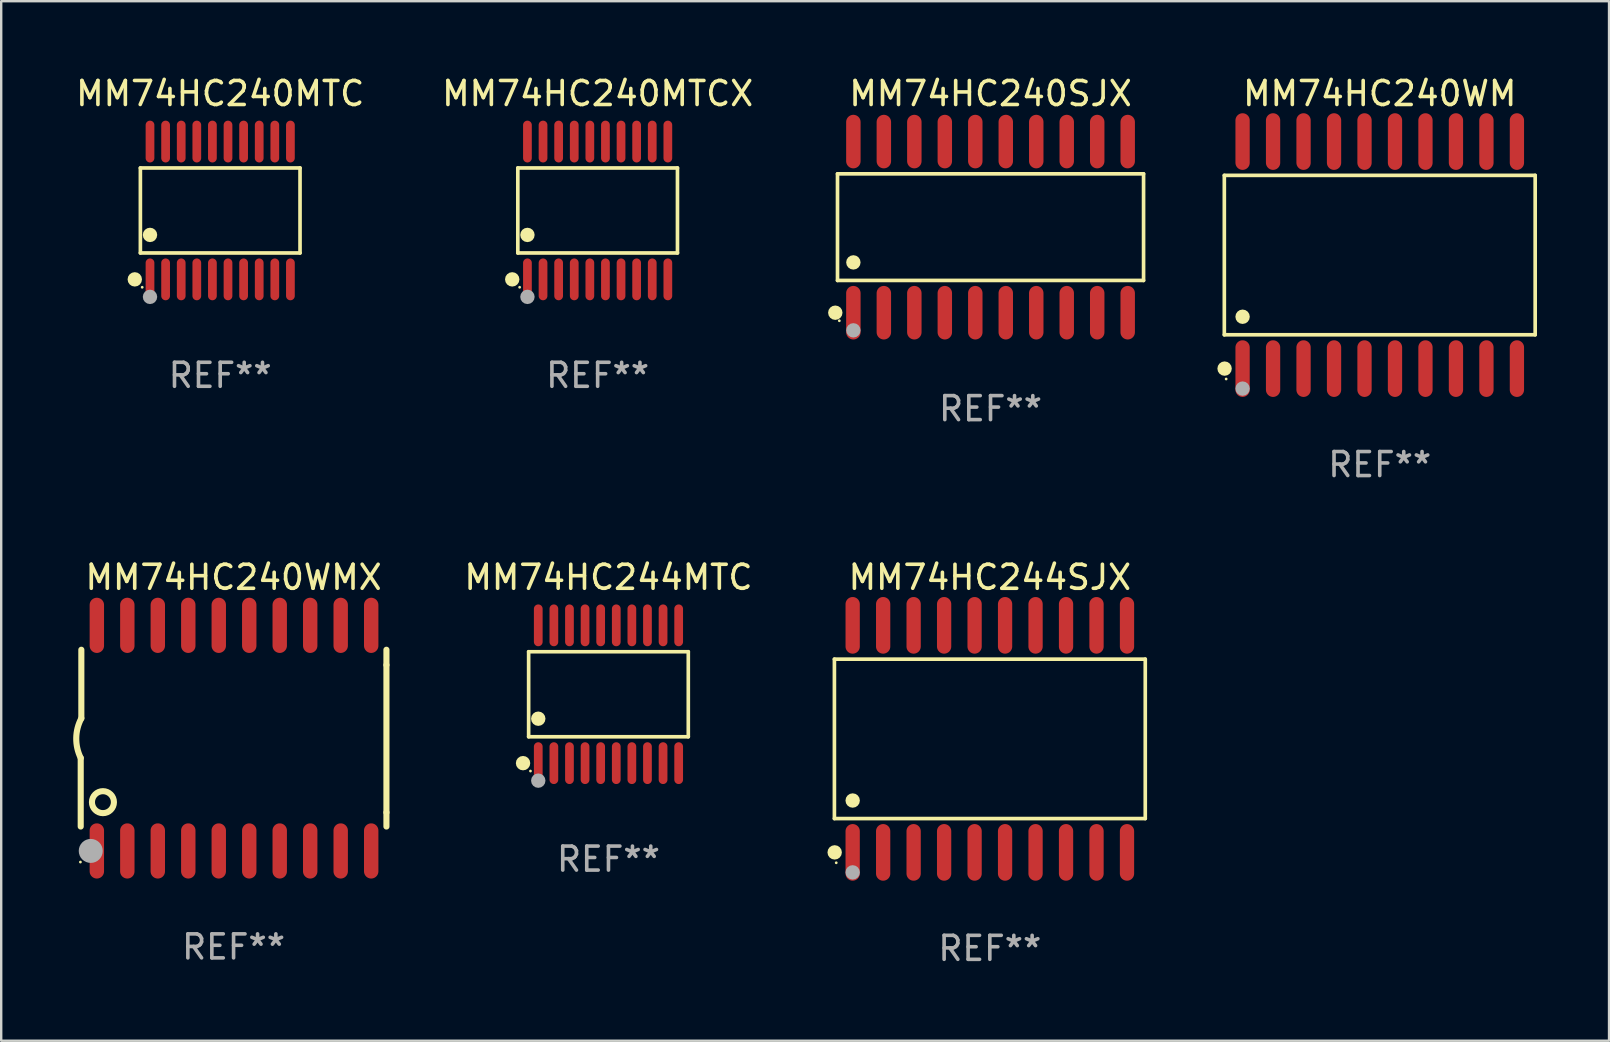
<source format=kicad_pcb>
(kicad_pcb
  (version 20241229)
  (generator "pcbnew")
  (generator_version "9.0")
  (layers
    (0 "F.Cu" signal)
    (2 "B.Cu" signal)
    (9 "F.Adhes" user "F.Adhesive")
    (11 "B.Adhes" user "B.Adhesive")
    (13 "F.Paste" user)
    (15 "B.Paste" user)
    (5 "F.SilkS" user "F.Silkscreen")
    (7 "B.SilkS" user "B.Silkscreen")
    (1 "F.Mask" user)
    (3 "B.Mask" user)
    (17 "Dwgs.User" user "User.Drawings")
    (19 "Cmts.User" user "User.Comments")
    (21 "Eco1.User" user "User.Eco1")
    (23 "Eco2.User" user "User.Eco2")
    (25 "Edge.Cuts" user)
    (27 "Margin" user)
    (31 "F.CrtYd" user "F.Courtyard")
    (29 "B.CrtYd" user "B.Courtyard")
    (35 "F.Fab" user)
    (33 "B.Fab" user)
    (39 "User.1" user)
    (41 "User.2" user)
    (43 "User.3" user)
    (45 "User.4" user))
  (footprint "MM74HC240SJX"
    (layer "F.Cu")
    (at 38.221 6.414)
    (property "Reference" "MM74HC240SJX" (at 0 -5.565 0) (layer "F.SilkS") (effects (font (size 1 1) (thickness 0.15))))
    (attr through_hole)
    (fp_line (start -6.376 -2.221) (end 6.376 -2.221) (stroke (width 0.152) (type solid)) (layer "F.SilkS"))
    (fp_line (start -6.376 2.221) (end -6.376 -2.221) (stroke (width 0.152) (type solid)) (layer "F.SilkS"))
    (fp_line (start 6.376 -2.221) (end 6.376 2.221) (stroke (width 0.152) (type solid)) (layer "F.SilkS"))
    (fp_line (start 6.376 2.221) (end -6.376 2.221) (stroke (width 0.152) (type solid)) (layer "F.SilkS"))
    (fp_circle (center -6.468 3.565) (end -6.318 3.565) (stroke (width 0.3) (type solid)) (fill no) (layer "F.SilkS"))
    (fp_circle (center -6.3 3.9) (end -6.27 3.9) (stroke (width 0.06) (type solid)) (fill no) (layer "F.SilkS"))
    (fp_circle (center -5.715 1.469) (end -5.565 1.469) (stroke (width 0.3) (type solid)) (fill no) (layer "F.SilkS"))
    (fp_circle (center -5.715 4.3) (end -5.565 4.3) (stroke (width 0.3) (type solid)) (fill no) (layer "F.Fab"))
    (fp_text user "REF**" (at 0 7.565 0) (layer "F.Fab") (effects (font (size 1 1) (thickness 0.15))))
    (pad "1" smd oval (at -5.715 3.565) (size 0.602 2.231) (layers "F.Cu" "F.Mask" "F.Paste"))
    (pad "2" smd oval (at -4.445 3.565) (size 0.602 2.231) (layers "F.Cu" "F.Mask" "F.Paste"))
    (pad "3" smd oval (at -3.175 3.565) (size 0.602 2.231) (layers "F.Cu" "F.Mask" "F.Paste"))
    (pad "4" smd oval (at -1.905 3.565) (size 0.602 2.231) (layers "F.Cu" "F.Mask" "F.Paste"))
    (pad "5" smd oval (at -0.635 3.565) (size 0.602 2.231) (layers "F.Cu" "F.Mask" "F.Paste"))
    (pad "6" smd oval (at 0.635 3.565) (size 0.602 2.231) (layers "F.Cu" "F.Mask" "F.Paste"))
    (pad "7" smd oval (at 1.905 3.565) (size 0.602 2.231) (layers "F.Cu" "F.Mask" "F.Paste"))
    (pad "8" smd oval (at 3.175 3.565) (size 0.602 2.231) (layers "F.Cu" "F.Mask" "F.Paste"))
    (pad "9" smd oval (at 4.445 3.565) (size 0.602 2.231) (layers "F.Cu" "F.Mask" "F.Paste"))
    (pad "10" smd oval (at 5.715 3.565) (size 0.602 2.231) (layers "F.Cu" "F.Mask" "F.Paste"))
    (pad "11" smd oval (at 5.715 -3.565) (size 0.602 2.231) (layers "F.Cu" "F.Mask" "F.Paste"))
    (pad "12" smd oval (at 4.445 -3.565) (size 0.602 2.231) (layers "F.Cu" "F.Mask" "F.Paste"))
    (pad "13" smd oval (at 3.175 -3.565) (size 0.602 2.231) (layers "F.Cu" "F.Mask" "F.Paste"))
    (pad "14" smd oval (at 1.905 -3.565) (size 0.602 2.231) (layers "F.Cu" "F.Mask" "F.Paste"))
    (pad "15" smd oval (at 0.635 -3.565) (size 0.602 2.231) (layers "F.Cu" "F.Mask" "F.Paste"))
    (pad "16" smd oval (at -0.635 -3.565) (size 0.602 2.231) (layers "F.Cu" "F.Mask" "F.Paste"))
    (pad "17" smd oval (at -1.905 -3.565) (size 0.602 2.231) (layers "F.Cu" "F.Mask" "F.Paste"))
    (pad "18" smd oval (at -3.175 -3.565) (size 0.602 2.231) (layers "F.Cu" "F.Mask" "F.Paste"))
    (pad "19" smd oval (at -4.445 -3.565) (size 0.602 2.231) (layers "F.Cu" "F.Mask" "F.Paste"))
    (pad "20" smd oval (at -5.715 -3.565) (size 0.602 2.231) (layers "F.Cu" "F.Mask" "F.Paste")))
  (footprint "MM74HC240MTCX"
    (layer "F.Cu")
    (at 21.851 5.719)
    (property "Reference" "MM74HC240MTCX" (at 0 -4.871 0) (layer "F.SilkS") (effects (font (size 1 1) (thickness 0.15))))
    (attr through_hole)
    (fp_line (start -3.326 -1.771) (end 3.326 -1.771) (stroke (width 0.152) (type solid)) (layer "F.SilkS"))
    (fp_line (start -3.326 1.771) (end -3.326 -1.771) (stroke (width 0.152) (type solid)) (layer "F.SilkS"))
    (fp_line (start 3.326 -1.771) (end 3.326 1.771) (stroke (width 0.152) (type solid)) (layer "F.SilkS"))
    (fp_line (start 3.326 1.771) (end -3.326 1.771) (stroke (width 0.152) (type solid)) (layer "F.SilkS"))
    (fp_circle (center -3.559 2.871) (end -3.409 2.871) (stroke (width 0.3) (type solid)) (fill no) (layer "F.SilkS"))
    (fp_circle (center -3.25 3.2) (end -3.22 3.2) (stroke (width 0.06) (type solid)) (fill no) (layer "F.SilkS"))
    (fp_circle (center -2.925 1.019) (end -2.775 1.019) (stroke (width 0.3) (type solid)) (fill no) (layer "F.SilkS"))
    (fp_circle (center -2.925 3.6) (end -2.775 3.6) (stroke (width 0.3) (type solid)) (fill no) (layer "F.Fab"))
    (fp_text user "REF**" (at 0 6.871 0) (layer "F.Fab") (effects (font (size 1 1) (thickness 0.15))))
    (pad "1" smd oval (at -2.925 2.871) (size 0.364 1.742) (layers "F.Cu" "F.Mask" "F.Paste"))
    (pad "2" smd oval (at -2.275 2.871) (size 0.364 1.742) (layers "F.Cu" "F.Mask" "F.Paste"))
    (pad "3" smd oval (at -1.625 2.871) (size 0.364 1.742) (layers "F.Cu" "F.Mask" "F.Paste"))
    (pad "4" smd oval (at -0.975 2.871) (size 0.364 1.742) (layers "F.Cu" "F.Mask" "F.Paste"))
    (pad "5" smd oval (at -0.325 2.871) (size 0.364 1.742) (layers "F.Cu" "F.Mask" "F.Paste"))
    (pad "6" smd oval (at 0.325 2.871) (size 0.364 1.742) (layers "F.Cu" "F.Mask" "F.Paste"))
    (pad "7" smd oval (at 0.975 2.871) (size 0.364 1.742) (layers "F.Cu" "F.Mask" "F.Paste"))
    (pad "8" smd oval (at 1.625 2.871) (size 0.364 1.742) (layers "F.Cu" "F.Mask" "F.Paste"))
    (pad "9" smd oval (at 2.275 2.871) (size 0.364 1.742) (layers "F.Cu" "F.Mask" "F.Paste"))
    (pad "10" smd oval (at 2.925 2.871) (size 0.364 1.742) (layers "F.Cu" "F.Mask" "F.Paste"))
    (pad "11" smd oval (at 2.925 -2.871) (size 0.364 1.742) (layers "F.Cu" "F.Mask" "F.Paste"))
    (pad "12" smd oval (at 2.275 -2.871) (size 0.364 1.742) (layers "F.Cu" "F.Mask" "F.Paste"))
    (pad "13" smd oval (at 1.625 -2.871) (size 0.364 1.742) (layers "F.Cu" "F.Mask" "F.Paste"))
    (pad "14" smd oval (at 0.975 -2.871) (size 0.364 1.742) (layers "F.Cu" "F.Mask" "F.Paste"))
    (pad "15" smd oval (at 0.325 -2.871) (size 0.364 1.742) (layers "F.Cu" "F.Mask" "F.Paste"))
    (pad "16" smd oval (at -0.325 -2.871) (size 0.364 1.742) (layers "F.Cu" "F.Mask" "F.Paste"))
    (pad "17" smd oval (at -0.975 -2.871) (size 0.364 1.742) (layers "F.Cu" "F.Mask" "F.Paste"))
    (pad "18" smd oval (at -1.625 -2.871) (size 0.364 1.742) (layers "F.Cu" "F.Mask" "F.Paste"))
    (pad "19" smd oval (at -2.275 -2.871) (size 0.364 1.742) (layers "F.Cu" "F.Mask" "F.Paste"))
    (pad "20" smd oval (at -2.925 -2.871) (size 0.364 1.742) (layers "F.Cu" "F.Mask" "F.Paste")))
  (footprint "MM74HC244MTC"
    (layer "F.Cu")
    (at 22.302 25.876)
    (property "Reference" "MM74HC244MTC" (at 0 -4.871 0) (layer "F.SilkS") (effects (font (size 1 1) (thickness 0.15))))
    (attr through_hole)
    (fp_line (start -3.326 -1.771) (end 3.326 -1.771) (stroke (width 0.152) (type solid)) (layer "F.SilkS"))
    (fp_line (start -3.326 1.771) (end -3.326 -1.771) (stroke (width 0.152) (type solid)) (layer "F.SilkS"))
    (fp_line (start 3.326 -1.771) (end 3.326 1.771) (stroke (width 0.152) (type solid)) (layer "F.SilkS"))
    (fp_line (start 3.326 1.771) (end -3.326 1.771) (stroke (width 0.152) (type solid)) (layer "F.SilkS"))
    (fp_circle (center -3.559 2.871) (end -3.409 2.871) (stroke (width 0.3) (type solid)) (fill no) (layer "F.SilkS"))
    (fp_circle (center -3.25 3.2) (end -3.22 3.2) (stroke (width 0.06) (type solid)) (fill no) (layer "F.SilkS"))
    (fp_circle (center -2.925 1.019) (end -2.775 1.019) (stroke (width 0.3) (type solid)) (fill no) (layer "F.SilkS"))
    (fp_circle (center -2.925 3.6) (end -2.775 3.6) (stroke (width 0.3) (type solid)) (fill no) (layer "F.Fab"))
    (fp_text user "REF**" (at 0 6.871 0) (layer "F.Fab") (effects (font (size 1 1) (thickness 0.15))))
    (pad "1" smd oval (at -2.925 2.871) (size 0.364 1.742) (layers "F.Cu" "F.Mask" "F.Paste"))
    (pad "2" smd oval (at -2.275 2.871) (size 0.364 1.742) (layers "F.Cu" "F.Mask" "F.Paste"))
    (pad "3" smd oval (at -1.625 2.871) (size 0.364 1.742) (layers "F.Cu" "F.Mask" "F.Paste"))
    (pad "4" smd oval (at -0.975 2.871) (size 0.364 1.742) (layers "F.Cu" "F.Mask" "F.Paste"))
    (pad "5" smd oval (at -0.325 2.871) (size 0.364 1.742) (layers "F.Cu" "F.Mask" "F.Paste"))
    (pad "6" smd oval (at 0.325 2.871) (size 0.364 1.742) (layers "F.Cu" "F.Mask" "F.Paste"))
    (pad "7" smd oval (at 0.975 2.871) (size 0.364 1.742) (layers "F.Cu" "F.Mask" "F.Paste"))
    (pad "8" smd oval (at 1.625 2.871) (size 0.364 1.742) (layers "F.Cu" "F.Mask" "F.Paste"))
    (pad "9" smd oval (at 2.275 2.871) (size 0.364 1.742) (layers "F.Cu" "F.Mask" "F.Paste"))
    (pad "10" smd oval (at 2.925 2.871) (size 0.364 1.742) (layers "F.Cu" "F.Mask" "F.Paste"))
    (pad "11" smd oval (at 2.925 -2.871) (size 0.364 1.742) (layers "F.Cu" "F.Mask" "F.Paste"))
    (pad "12" smd oval (at 2.275 -2.871) (size 0.364 1.742) (layers "F.Cu" "F.Mask" "F.Paste"))
    (pad "13" smd oval (at 1.625 -2.871) (size 0.364 1.742) (layers "F.Cu" "F.Mask" "F.Paste"))
    (pad "14" smd oval (at 0.975 -2.871) (size 0.364 1.742) (layers "F.Cu" "F.Mask" "F.Paste"))
    (pad "15" smd oval (at 0.325 -2.871) (size 0.364 1.742) (layers "F.Cu" "F.Mask" "F.Paste"))
    (pad "16" smd oval (at -0.325 -2.871) (size 0.364 1.742) (layers "F.Cu" "F.Mask" "F.Paste"))
    (pad "17" smd oval (at -0.975 -2.871) (size 0.364 1.742) (layers "F.Cu" "F.Mask" "F.Paste"))
    (pad "18" smd oval (at -1.625 -2.871) (size 0.364 1.742) (layers "F.Cu" "F.Mask" "F.Paste"))
    (pad "19" smd oval (at -2.275 -2.871) (size 0.364 1.742) (layers "F.Cu" "F.Mask" "F.Paste"))
    (pad "20" smd oval (at -2.925 -2.871) (size 0.364 1.742) (layers "F.Cu" "F.Mask" "F.Paste")))
  (footprint "MM74HC240MTC"
    (layer "F.Cu")
    (at 6.125 5.719)
    (property "Reference" "MM74HC240MTC" (at 0 -4.871 0) (layer "F.SilkS") (effects (font (size 1 1) (thickness 0.15))))
    (attr through_hole)
    (fp_line (start -3.326 -1.771) (end 3.326 -1.771) (stroke (width 0.152) (type solid)) (layer "F.SilkS"))
    (fp_line (start -3.326 1.771) (end -3.326 -1.771) (stroke (width 0.152) (type solid)) (layer "F.SilkS"))
    (fp_line (start 3.326 -1.771) (end 3.326 1.771) (stroke (width 0.152) (type solid)) (layer "F.SilkS"))
    (fp_line (start 3.326 1.771) (end -3.326 1.771) (stroke (width 0.152) (type solid)) (layer "F.SilkS"))
    (fp_circle (center -3.559 2.871) (end -3.409 2.871) (stroke (width 0.3) (type solid)) (fill no) (layer "F.SilkS"))
    (fp_circle (center -3.25 3.2) (end -3.22 3.2) (stroke (width 0.06) (type solid)) (fill no) (layer "F.SilkS"))
    (fp_circle (center -2.925 1.019) (end -2.775 1.019) (stroke (width 0.3) (type solid)) (fill no) (layer "F.SilkS"))
    (fp_circle (center -2.925 3.6) (end -2.775 3.6) (stroke (width 0.3) (type solid)) (fill no) (layer "F.Fab"))
    (fp_text user "REF**" (at 0 6.871 0) (layer "F.Fab") (effects (font (size 1 1) (thickness 0.15))))
    (pad "1" smd oval (at -2.925 2.871) (size 0.364 1.742) (layers "F.Cu" "F.Mask" "F.Paste"))
    (pad "2" smd oval (at -2.275 2.871) (size 0.364 1.742) (layers "F.Cu" "F.Mask" "F.Paste"))
    (pad "3" smd oval (at -1.625 2.871) (size 0.364 1.742) (layers "F.Cu" "F.Mask" "F.Paste"))
    (pad "4" smd oval (at -0.975 2.871) (size 0.364 1.742) (layers "F.Cu" "F.Mask" "F.Paste"))
    (pad "5" smd oval (at -0.325 2.871) (size 0.364 1.742) (layers "F.Cu" "F.Mask" "F.Paste"))
    (pad "6" smd oval (at 0.325 2.871) (size 0.364 1.742) (layers "F.Cu" "F.Mask" "F.Paste"))
    (pad "7" smd oval (at 0.975 2.871) (size 0.364 1.742) (layers "F.Cu" "F.Mask" "F.Paste"))
    (pad "8" smd oval (at 1.625 2.871) (size 0.364 1.742) (layers "F.Cu" "F.Mask" "F.Paste"))
    (pad "9" smd oval (at 2.275 2.871) (size 0.364 1.742) (layers "F.Cu" "F.Mask" "F.Paste"))
    (pad "10" smd oval (at 2.925 2.871) (size 0.364 1.742) (layers "F.Cu" "F.Mask" "F.Paste"))
    (pad "11" smd oval (at 2.925 -2.871) (size 0.364 1.742) (layers "F.Cu" "F.Mask" "F.Paste"))
    (pad "12" smd oval (at 2.275 -2.871) (size 0.364 1.742) (layers "F.Cu" "F.Mask" "F.Paste"))
    (pad "13" smd oval (at 1.625 -2.871) (size 0.364 1.742) (layers "F.Cu" "F.Mask" "F.Paste"))
    (pad "14" smd oval (at 0.975 -2.871) (size 0.364 1.742) (layers "F.Cu" "F.Mask" "F.Paste"))
    (pad "15" smd oval (at 0.325 -2.871) (size 0.364 1.742) (layers "F.Cu" "F.Mask" "F.Paste"))
    (pad "16" smd oval (at -0.325 -2.871) (size 0.364 1.742) (layers "F.Cu" "F.Mask" "F.Paste"))
    (pad "17" smd oval (at -0.975 -2.871) (size 0.364 1.742) (layers "F.Cu" "F.Mask" "F.Paste"))
    (pad "18" smd oval (at -1.625 -2.871) (size 0.364 1.742) (layers "F.Cu" "F.Mask" "F.Paste"))
    (pad "19" smd oval (at -2.275 -2.871) (size 0.364 1.742) (layers "F.Cu" "F.Mask" "F.Paste"))
    (pad "20" smd oval (at -2.925 -2.871) (size 0.364 1.742) (layers "F.Cu" "F.Mask" "F.Paste")))
  (footprint "MM74HC240WM"
    (layer "F.Cu")
    (at 54.438 7.578)
    (property "Reference" "MM74HC240WM" (at 0 -6.73 0) (layer "F.SilkS") (effects (font (size 1 1) (thickness 0.15))))
    (attr through_hole)
    (fp_line (start -6.476 -3.321) (end 6.476 -3.321) (stroke (width 0.152) (type solid)) (layer "F.SilkS"))
    (fp_line (start -6.476 3.321) (end -6.476 -3.321) (stroke (width 0.152) (type solid)) (layer "F.SilkS"))
    (fp_line (start 6.476 -3.321) (end 6.476 3.321) (stroke (width 0.152) (type solid)) (layer "F.SilkS"))
    (fp_line (start 6.476 3.321) (end -6.476 3.321) (stroke (width 0.152) (type solid)) (layer "F.SilkS"))
    (fp_circle (center -6.465 4.73) (end -6.315 4.73) (stroke (width 0.3) (type solid)) (fill no) (layer "F.SilkS"))
    (fp_circle (center -6.4 5.163) (end -6.37 5.163) (stroke (width 0.06) (type solid)) (fill no) (layer "F.SilkS"))
    (fp_circle (center -5.715 2.569) (end -5.565 2.569) (stroke (width 0.3) (type solid)) (fill no) (layer "F.SilkS"))
    (fp_circle (center -5.715 5.563) (end -5.565 5.563) (stroke (width 0.3) (type solid)) (fill no) (layer "F.Fab"))
    (fp_text user "REF**" (at 0 8.73 0) (layer "F.Fab") (effects (font (size 1 1) (thickness 0.15))))
    (pad "1" smd oval (at -5.715 4.73) (size 0.595 2.36) (layers "F.Cu" "F.Mask" "F.Paste"))
    (pad "2" smd oval (at -4.445 4.73) (size 0.595 2.36) (layers "F.Cu" "F.Mask" "F.Paste"))
    (pad "3" smd oval (at -3.175 4.73) (size 0.595 2.36) (layers "F.Cu" "F.Mask" "F.Paste"))
    (pad "4" smd oval (at -1.905 4.73) (size 0.595 2.36) (layers "F.Cu" "F.Mask" "F.Paste"))
    (pad "5" smd oval (at -0.635 4.73) (size 0.595 2.36) (layers "F.Cu" "F.Mask" "F.Paste"))
    (pad "6" smd oval (at 0.635 4.73) (size 0.595 2.36) (layers "F.Cu" "F.Mask" "F.Paste"))
    (pad "7" smd oval (at 1.905 4.73) (size 0.595 2.36) (layers "F.Cu" "F.Mask" "F.Paste"))
    (pad "8" smd oval (at 3.175 4.73) (size 0.595 2.36) (layers "F.Cu" "F.Mask" "F.Paste"))
    (pad "9" smd oval (at 4.445 4.73) (size 0.595 2.36) (layers "F.Cu" "F.Mask" "F.Paste"))
    (pad "10" smd oval (at 5.715 4.73) (size 0.595 2.36) (layers "F.Cu" "F.Mask" "F.Paste"))
    (pad "11" smd oval (at 5.715 -4.73) (size 0.595 2.36) (layers "F.Cu" "F.Mask" "F.Paste"))
    (pad "12" smd oval (at 4.445 -4.73) (size 0.595 2.36) (layers "F.Cu" "F.Mask" "F.Paste"))
    (pad "13" smd oval (at 3.175 -4.73) (size 0.595 2.36) (layers "F.Cu" "F.Mask" "F.Paste"))
    (pad "14" smd oval (at 1.905 -4.73) (size 0.595 2.36) (layers "F.Cu" "F.Mask" "F.Paste"))
    (pad "15" smd oval (at 0.635 -4.73) (size 0.595 2.36) (layers "F.Cu" "F.Mask" "F.Paste"))
    (pad "16" smd oval (at -0.635 -4.73) (size 0.595 2.36) (layers "F.Cu" "F.Mask" "F.Paste"))
    (pad "17" smd oval (at -1.905 -4.73) (size 0.595 2.36) (layers "F.Cu" "F.Mask" "F.Paste"))
    (pad "18" smd oval (at -3.175 -4.73) (size 0.595 2.36) (layers "F.Cu" "F.Mask" "F.Paste"))
    (pad "19" smd oval (at -4.445 -4.73) (size 0.595 2.36) (layers "F.Cu" "F.Mask" "F.Paste"))
    (pad "20" smd oval (at -5.715 -4.73) (size 0.595 2.36) (layers "F.Cu" "F.Mask" "F.Paste")))
  (footprint "MM74HC244SJX"
    (layer "F.Cu")
    (at 38.192 27.735)
    (property "Reference" "MM74HC244SJX" (at 0 -6.73 0) (layer "F.SilkS") (effects (font (size 1 1) (thickness 0.15))))
    (attr through_hole)
    (fp_line (start -6.476 -3.321) (end 6.476 -3.321) (stroke (width 0.152) (type solid)) (layer "F.SilkS"))
    (fp_line (start -6.476 3.321) (end -6.476 -3.321) (stroke (width 0.152) (type solid)) (layer "F.SilkS"))
    (fp_line (start 6.476 -3.321) (end 6.476 3.321) (stroke (width 0.152) (type solid)) (layer "F.SilkS"))
    (fp_line (start 6.476 3.321) (end -6.476 3.321) (stroke (width 0.152) (type solid)) (layer "F.SilkS"))
    (fp_circle (center -6.465 4.73) (end -6.315 4.73) (stroke (width 0.3) (type solid)) (fill no) (layer "F.SilkS"))
    (fp_circle (center -6.4 5.163) (end -6.37 5.163) (stroke (width 0.06) (type solid)) (fill no) (layer "F.SilkS"))
    (fp_circle (center -5.715 2.569) (end -5.565 2.569) (stroke (width 0.3) (type solid)) (fill no) (layer "F.SilkS"))
    (fp_circle (center -5.715 5.563) (end -5.565 5.563) (stroke (width 0.3) (type solid)) (fill no) (layer "F.Fab"))
    (fp_text user "REF**" (at 0 8.73 0) (layer "F.Fab") (effects (font (size 1 1) (thickness 0.15))))
    (pad "1" smd oval (at -5.715 4.73) (size 0.595 2.36) (layers "F.Cu" "F.Mask" "F.Paste"))
    (pad "2" smd oval (at -4.445 4.73) (size 0.595 2.36) (layers "F.Cu" "F.Mask" "F.Paste"))
    (pad "3" smd oval (at -3.175 4.73) (size 0.595 2.36) (layers "F.Cu" "F.Mask" "F.Paste"))
    (pad "4" smd oval (at -1.905 4.73) (size 0.595 2.36) (layers "F.Cu" "F.Mask" "F.Paste"))
    (pad "5" smd oval (at -0.635 4.73) (size 0.595 2.36) (layers "F.Cu" "F.Mask" "F.Paste"))
    (pad "6" smd oval (at 0.635 4.73) (size 0.595 2.36) (layers "F.Cu" "F.Mask" "F.Paste"))
    (pad "7" smd oval (at 1.905 4.73) (size 0.595 2.36) (layers "F.Cu" "F.Mask" "F.Paste"))
    (pad "8" smd oval (at 3.175 4.73) (size 0.595 2.36) (layers "F.Cu" "F.Mask" "F.Paste"))
    (pad "9" smd oval (at 4.445 4.73) (size 0.595 2.36) (layers "F.Cu" "F.Mask" "F.Paste"))
    (pad "10" smd oval (at 5.715 4.73) (size 0.595 2.36) (layers "F.Cu" "F.Mask" "F.Paste"))
    (pad "11" smd oval (at 5.715 -4.73) (size 0.595 2.36) (layers "F.Cu" "F.Mask" "F.Paste"))
    (pad "12" smd oval (at 4.445 -4.73) (size 0.595 2.36) (layers "F.Cu" "F.Mask" "F.Paste"))
    (pad "13" smd oval (at 3.175 -4.73) (size 0.595 2.36) (layers "F.Cu" "F.Mask" "F.Paste"))
    (pad "14" smd oval (at 1.905 -4.73) (size 0.595 2.36) (layers "F.Cu" "F.Mask" "F.Paste"))
    (pad "15" smd oval (at 0.635 -4.73) (size 0.595 2.36) (layers "F.Cu" "F.Mask" "F.Paste"))
    (pad "16" smd oval (at -0.635 -4.73) (size 0.595 2.36) (layers "F.Cu" "F.Mask" "F.Paste"))
    (pad "17" smd oval (at -1.905 -4.73) (size 0.595 2.36) (layers "F.Cu" "F.Mask" "F.Paste"))
    (pad "18" smd oval (at -3.175 -4.73) (size 0.595 2.36) (layers "F.Cu" "F.Mask" "F.Paste"))
    (pad "19" smd oval (at -4.445 -4.73) (size 0.595 2.36) (layers "F.Cu" "F.Mask" "F.Paste"))
    (pad "20" smd oval (at -5.715 -4.73) (size 0.595 2.36) (layers "F.Cu" "F.Mask" "F.Paste")))
  (footprint "MM74HC240WMX"
    (layer "F.Cu")
    (at 6.682 27.705)
    (property "Reference" "MM74HC240WMX" (at 0 -6.7 0) (layer "F.SilkS") (effects (font (size 1 1) (thickness 0.15))))
    (attr through_hole)
    (fp_line (start -6.369 0.826) (end -6.369 3.683) (stroke (width 0.254) (type solid)) (layer "F.SilkS"))
    (fp_line (start -6.343 -0.825) (end -6.343 -3.683) (stroke (width 0.254) (type solid)) (layer "F.SilkS"))
    (fp_line (start 6.369 -3.048) (end 6.369 -3.683) (stroke (width 0.254) (type solid)) (layer "F.SilkS"))
    (fp_line (start 6.369 -3.048) (end 6.369 3.096) (stroke (width 0.254) (type solid)) (layer "F.SilkS"))
    (fp_line (start 6.369 3.096) (end 6.369 3.683) (stroke (width 0.254) (type solid)) (layer "F.SilkS"))
    (fp_arc (start -6.36853 0.825552) (mid -6.554743 -0.00301) (end -6.343129 -0.825451) (stroke (width 0.254001) (type solid)) (layer "F.SilkS"))
    (fp_circle (center -6.382 5.163) (end -6.352 5.163) (stroke (width 0.06) (type solid)) (fill no) (layer "F.SilkS"))
    (fp_circle (center -5.443 2.667) (end -4.985 2.667) (stroke (width 0.254) (type solid)) (fill no) (layer "F.SilkS"))
    (fp_circle (center -5.951 4.699) (end -5.701 4.699) (stroke (width 0.5) (type solid)) (fill no) (layer "F.Fab"))
    (fp_text user "REF**" (at 0 8.7 0) (layer "F.Fab") (effects (font (size 1 1) (thickness 0.15))))
    (pad "1" smd oval (at -5.697 4.7 180) (size 0.6 2.3) (layers "F.Cu" "F.Mask" "F.Paste"))
    (pad "2" smd oval (at -4.427 4.7 180) (size 0.6 2.3) (layers "F.Cu" "F.Mask" "F.Paste"))
    (pad "3" smd oval (at -3.157 4.7 180) (size 0.6 2.3) (layers "F.Cu" "F.Mask" "F.Paste"))
    (pad "4" smd oval (at -1.887 4.7 180) (size 0.6 2.3) (layers "F.Cu" "F.Mask" "F.Paste"))
    (pad "5" smd oval (at -0.617 4.7 180) (size 0.6 2.3) (layers "F.Cu" "F.Mask" "F.Paste"))
    (pad "6" smd oval (at 0.653 4.7 180) (size 0.6 2.3) (layers "F.Cu" "F.Mask" "F.Paste"))
    (pad "7" smd oval (at 1.923 4.7 180) (size 0.6 2.3) (layers "F.Cu" "F.Mask" "F.Paste"))
    (pad "8" smd oval (at 3.193 4.7 180) (size 0.6 2.3) (layers "F.Cu" "F.Mask" "F.Paste"))
    (pad "9" smd oval (at 4.463 4.7 180) (size 0.6 2.3) (layers "F.Cu" "F.Mask" "F.Paste"))
    (pad "10" smd oval (at 5.734 4.7 180) (size 0.6 2.3) (layers "F.Cu" "F.Mask" "F.Paste"))
    (pad "11" smd oval (at 5.734 -4.7 180) (size 0.6 2.3) (layers "F.Cu" "F.Mask" "F.Paste"))
    (pad "12" smd oval (at 4.463 -4.7 180) (size 0.6 2.3) (layers "F.Cu" "F.Mask" "F.Paste"))
    (pad "13" smd oval (at 3.193 -4.7 180) (size 0.6 2.3) (layers "F.Cu" "F.Mask" "F.Paste"))
    (pad "14" smd oval (at 1.923 -4.7 180) (size 0.6 2.3) (layers "F.Cu" "F.Mask" "F.Paste"))
    (pad "15" smd oval (at 0.653 -4.7 180) (size 0.6 2.3) (layers "F.Cu" "F.Mask" "F.Paste"))
    (pad "16" smd oval (at -0.617 -4.7 180) (size 0.6 2.3) (layers "F.Cu" "F.Mask" "F.Paste"))
    (pad "17" smd oval (at -1.887 -4.7 180) (size 0.6 2.3) (layers "F.Cu" "F.Mask" "F.Paste"))
    (pad "18" smd oval (at -3.157 -4.7 180) (size 0.6 2.3) (layers "F.Cu" "F.Mask" "F.Paste"))
    (pad "19" smd oval (at -4.427 -4.7 180) (size 0.6 2.3) (layers "F.Cu" "F.Mask" "F.Paste"))
    (pad "20" smd oval (at -5.697 -4.7 180) (size 0.6 2.3) (layers "F.Cu" "F.Mask" "F.Paste")))
  (gr_rect
    (start -3 -3)
    (end 63.991 40.313)
    (stroke (width 0.1) (type default))
    (fill no)
    (layer "Edge.Cuts")))
</source>
